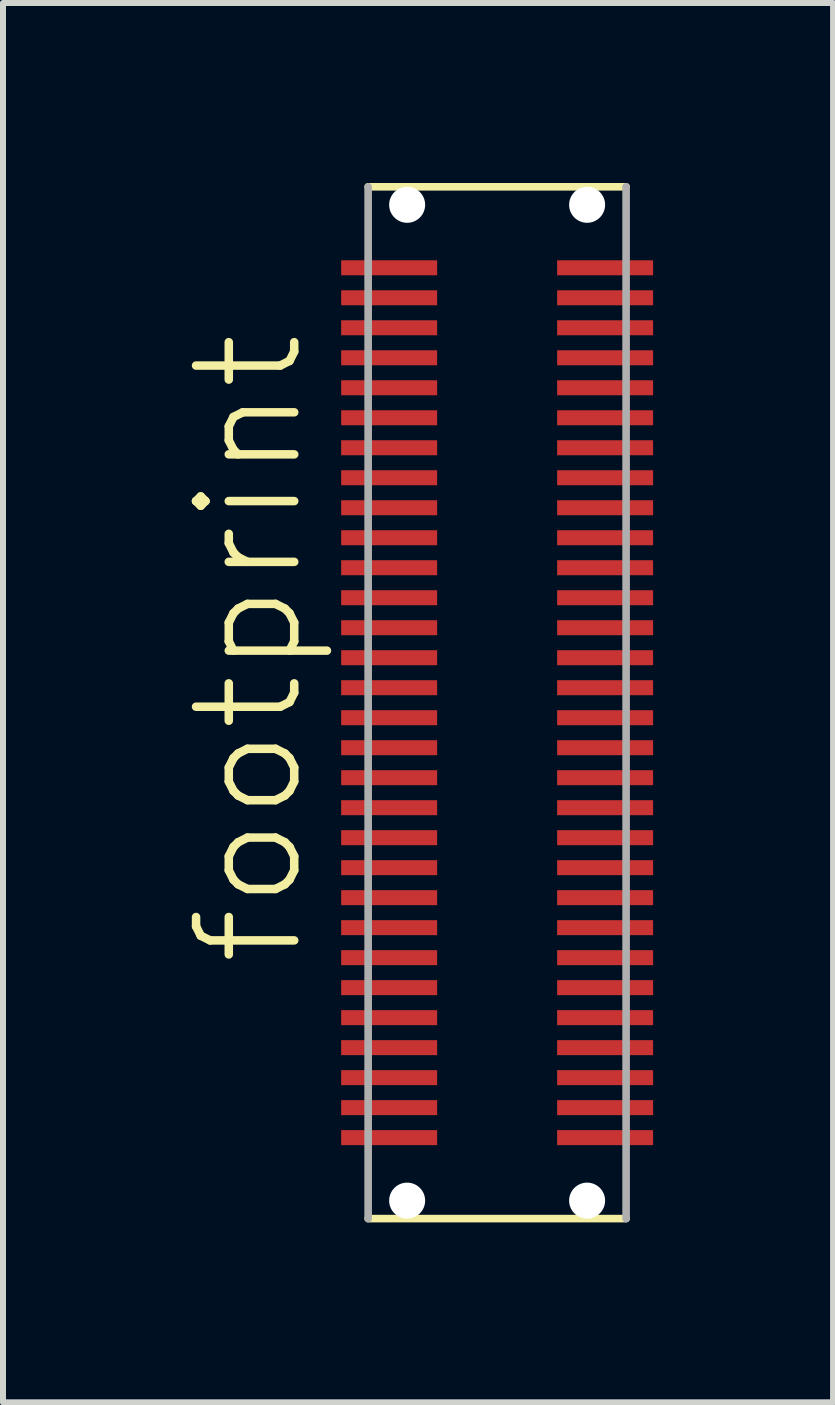
<source format=kicad_pcb>
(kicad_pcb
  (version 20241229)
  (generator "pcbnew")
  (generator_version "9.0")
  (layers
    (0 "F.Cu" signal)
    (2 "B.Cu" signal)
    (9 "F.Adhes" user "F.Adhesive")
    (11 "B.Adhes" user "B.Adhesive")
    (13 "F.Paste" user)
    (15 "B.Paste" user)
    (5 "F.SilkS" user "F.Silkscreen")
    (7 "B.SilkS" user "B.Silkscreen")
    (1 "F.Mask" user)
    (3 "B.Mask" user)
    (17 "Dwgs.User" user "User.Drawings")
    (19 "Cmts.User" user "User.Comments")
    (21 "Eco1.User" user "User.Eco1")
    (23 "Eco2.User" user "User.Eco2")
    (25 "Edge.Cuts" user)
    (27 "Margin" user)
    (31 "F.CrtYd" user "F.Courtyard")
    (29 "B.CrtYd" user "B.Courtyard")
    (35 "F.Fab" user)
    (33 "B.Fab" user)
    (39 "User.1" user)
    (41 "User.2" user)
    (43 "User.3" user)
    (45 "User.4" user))
  (footprint "footprint"
    (layer "F.Cu")
    (at 5.237 8.664)
    (property "Reference" "footprint" (at -3.175 4.445 90) (layer "F.SilkS") (effects (font (size 1.636 1.636) (thickness 0.142)) (justify left bottom)))
    (fp_line (start -2.15 8.6) (end 2.15 8.6) (stroke (width 0.127) (type solid)) (layer "F.SilkS"))
    (fp_line (start 2.15 -8.6) (end -2.15 -8.6) (stroke (width 0.127) (type solid)) (layer "F.SilkS"))
    (fp_line (start -2.15 -8.6) (end -2.15 8.6) (stroke (width 0.127) (type solid)) (layer "F.Fab"))
    (fp_line (start 2.15 8.6) (end 2.15 -8.6) (stroke (width 0.127) (type solid)) (layer "F.Fab"))
    (pad "" np_thru_hole circle (at -1.5 -8.3) (size 0.6 0.6) (drill 0.6) (layers "*.Cu" "*.Mask"))
    (pad "" np_thru_hole circle (at -1.5 8.3) (size 0.6 0.6) (drill 0.6) (layers "*.Cu" "*.Mask"))
    (pad "" np_thru_hole circle (at 1.5 -8.3) (size 0.6 0.6) (drill 0.6) (layers "*.Cu" "*.Mask"))
    (pad "" np_thru_hole circle (at 1.5 8.3) (size 0.6 0.6) (drill 0.6) (layers "*.Cu" "*.Mask"))
    (pad "1" smd rect (at 1.8 -7.25 270) (size 0.25 1.6) (layers "F.Cu" "F.Mask" "F.Paste"))
    (pad "2" smd rect (at 1.8 -6.75 270) (size 0.25 1.6) (layers "F.Cu" "F.Mask" "F.Paste"))
    (pad "3" smd rect (at 1.8 -6.25 270) (size 0.25 1.6) (layers "F.Cu" "F.Mask" "F.Paste"))
    (pad "4" smd rect (at 1.8 -5.75 270) (size 0.25 1.6) (layers "F.Cu" "F.Mask" "F.Paste"))
    (pad "5" smd rect (at 1.8 -5.25 270) (size 0.25 1.6) (layers "F.Cu" "F.Mask" "F.Paste"))
    (pad "6" smd rect (at 1.8 -4.75 270) (size 0.25 1.6) (layers "F.Cu" "F.Mask" "F.Paste"))
    (pad "7" smd rect (at 1.8 -4.25 270) (size 0.25 1.6) (layers "F.Cu" "F.Mask" "F.Paste"))
    (pad "8" smd rect (at 1.8 -3.75 270) (size 0.25 1.6) (layers "F.Cu" "F.Mask" "F.Paste"))
    (pad "9" smd rect (at 1.8 -3.25 270) (size 0.25 1.6) (layers "F.Cu" "F.Mask" "F.Paste"))
    (pad "10" smd rect (at 1.8 -2.75 270) (size 0.25 1.6) (layers "F.Cu" "F.Mask" "F.Paste"))
    (pad "11" smd rect (at 1.8 -2.25 270) (size 0.25 1.6) (layers "F.Cu" "F.Mask" "F.Paste"))
    (pad "12" smd rect (at 1.8 -1.75 270) (size 0.25 1.6) (layers "F.Cu" "F.Mask" "F.Paste"))
    (pad "13" smd rect (at 1.8 -1.25 270) (size 0.25 1.6) (layers "F.Cu" "F.Mask" "F.Paste"))
    (pad "14" smd rect (at 1.8 -0.75 270) (size 0.25 1.6) (layers "F.Cu" "F.Mask" "F.Paste"))
    (pad "15" smd rect (at 1.8 -0.25 270) (size 0.25 1.6) (layers "F.Cu" "F.Mask" "F.Paste"))
    (pad "16" smd rect (at 1.8 0.25 270) (size 0.25 1.6) (layers "F.Cu" "F.Mask" "F.Paste"))
    (pad "17" smd rect (at 1.8 0.75 270) (size 0.25 1.6) (layers "F.Cu" "F.Mask" "F.Paste"))
    (pad "18" smd rect (at 1.8 1.25 270) (size 0.25 1.6) (layers "F.Cu" "F.Mask" "F.Paste"))
    (pad "19" smd rect (at 1.8 1.75 270) (size 0.25 1.6) (layers "F.Cu" "F.Mask" "F.Paste"))
    (pad "20" smd rect (at 1.8 2.25 270) (size 0.25 1.6) (layers "F.Cu" "F.Mask" "F.Paste"))
    (pad "21" smd rect (at 1.8 2.75 270) (size 0.25 1.6) (layers "F.Cu" "F.Mask" "F.Paste"))
    (pad "22" smd rect (at 1.8 3.25 270) (size 0.25 1.6) (layers "F.Cu" "F.Mask" "F.Paste"))
    (pad "23" smd rect (at 1.8 3.75 270) (size 0.25 1.6) (layers "F.Cu" "F.Mask" "F.Paste"))
    (pad "24" smd rect (at 1.8 4.25 270) (size 0.25 1.6) (layers "F.Cu" "F.Mask" "F.Paste"))
    (pad "25" smd rect (at 1.8 4.75 270) (size 0.25 1.6) (layers "F.Cu" "F.Mask" "F.Paste"))
    (pad "26" smd rect (at 1.8 5.25 270) (size 0.25 1.6) (layers "F.Cu" "F.Mask" "F.Paste"))
    (pad "27" smd rect (at 1.8 5.75 270) (size 0.25 1.6) (layers "F.Cu" "F.Mask" "F.Paste"))
    (pad "28" smd rect (at 1.8 6.25 270) (size 0.25 1.6) (layers "F.Cu" "F.Mask" "F.Paste"))
    (pad "29" smd rect (at 1.8 6.75 270) (size 0.25 1.6) (layers "F.Cu" "F.Mask" "F.Paste"))
    (pad "30" smd rect (at 1.8 7.25 270) (size 0.25 1.6) (layers "F.Cu" "F.Mask" "F.Paste"))
    (pad "31" smd rect (at -1.8 7.25 270) (size 0.25 1.6) (layers "F.Cu" "F.Mask" "F.Paste"))
    (pad "32" smd rect (at -1.8 6.75 270) (size 0.25 1.6) (layers "F.Cu" "F.Mask" "F.Paste"))
    (pad "33" smd rect (at -1.8 6.25 270) (size 0.25 1.6) (layers "F.Cu" "F.Mask" "F.Paste"))
    (pad "34" smd rect (at -1.8 5.75 270) (size 0.25 1.6) (layers "F.Cu" "F.Mask" "F.Paste"))
    (pad "35" smd rect (at -1.8 5.25 270) (size 0.25 1.6) (layers "F.Cu" "F.Mask" "F.Paste"))
    (pad "36" smd rect (at -1.8 4.75 270) (size 0.25 1.6) (layers "F.Cu" "F.Mask" "F.Paste"))
    (pad "37" smd rect (at -1.8 4.25 270) (size 0.25 1.6) (layers "F.Cu" "F.Mask" "F.Paste"))
    (pad "38" smd rect (at -1.8 3.75 270) (size 0.25 1.6) (layers "F.Cu" "F.Mask" "F.Paste"))
    (pad "39" smd rect (at -1.8 3.25 270) (size 0.25 1.6) (layers "F.Cu" "F.Mask" "F.Paste"))
    (pad "40" smd rect (at -1.8 2.75 270) (size 0.25 1.6) (layers "F.Cu" "F.Mask" "F.Paste"))
    (pad "41" smd rect (at -1.8 2.25 270) (size 0.25 1.6) (layers "F.Cu" "F.Mask" "F.Paste"))
    (pad "42" smd rect (at -1.8 1.75 270) (size 0.25 1.6) (layers "F.Cu" "F.Mask" "F.Paste"))
    (pad "43" smd rect (at -1.8 1.25 270) (size 0.25 1.6) (layers "F.Cu" "F.Mask" "F.Paste"))
    (pad "44" smd rect (at -1.8 0.75 270) (size 0.25 1.6) (layers "F.Cu" "F.Mask" "F.Paste"))
    (pad "45" smd rect (at -1.8 0.25 270) (size 0.25 1.6) (layers "F.Cu" "F.Mask" "F.Paste"))
    (pad "46" smd rect (at -1.8 -0.25 270) (size 0.25 1.6) (layers "F.Cu" "F.Mask" "F.Paste"))
    (pad "47" smd rect (at -1.8 -0.75 270) (size 0.25 1.6) (layers "F.Cu" "F.Mask" "F.Paste"))
    (pad "48" smd rect (at -1.8 -1.25 270) (size 0.25 1.6) (layers "F.Cu" "F.Mask" "F.Paste"))
    (pad "49" smd rect (at -1.8 -1.75 270) (size 0.25 1.6) (layers "F.Cu" "F.Mask" "F.Paste"))
    (pad "50" smd rect (at -1.8 -2.25 270) (size 0.25 1.6) (layers "F.Cu" "F.Mask" "F.Paste"))
    (pad "51" smd rect (at -1.8 -2.75 270) (size 0.25 1.6) (layers "F.Cu" "F.Mask" "F.Paste"))
    (pad "52" smd rect (at -1.8 -3.25 270) (size 0.25 1.6) (layers "F.Cu" "F.Mask" "F.Paste"))
    (pad "53" smd rect (at -1.8 -3.75 270) (size 0.25 1.6) (layers "F.Cu" "F.Mask" "F.Paste"))
    (pad "54" smd rect (at -1.8 -4.25 270) (size 0.25 1.6) (layers "F.Cu" "F.Mask" "F.Paste"))
    (pad "55" smd rect (at -1.8 -4.75 270) (size 0.25 1.6) (layers "F.Cu" "F.Mask" "F.Paste"))
    (pad "56" smd rect (at -1.8 -5.25 270) (size 0.25 1.6) (layers "F.Cu" "F.Mask" "F.Paste"))
    (pad "57" smd rect (at -1.8 -5.75 270) (size 0.25 1.6) (layers "F.Cu" "F.Mask" "F.Paste"))
    (pad "58" smd rect (at -1.8 -6.25 270) (size 0.25 1.6) (layers "F.Cu" "F.Mask" "F.Paste"))
    (pad "59" smd rect (at -1.8 -6.75 270) (size 0.25 1.6) (layers "F.Cu" "F.Mask" "F.Paste"))
    (pad "60" smd rect (at -1.8 -7.25 270) (size 0.25 1.6) (layers "F.Cu" "F.Mask" "F.Paste")))
  (gr_rect
    (start -3 -3)
    (end 10.837 20.327)
    (stroke (width 0.1) (type default))
    (fill no)
    (layer "Edge.Cuts")))
</source>
